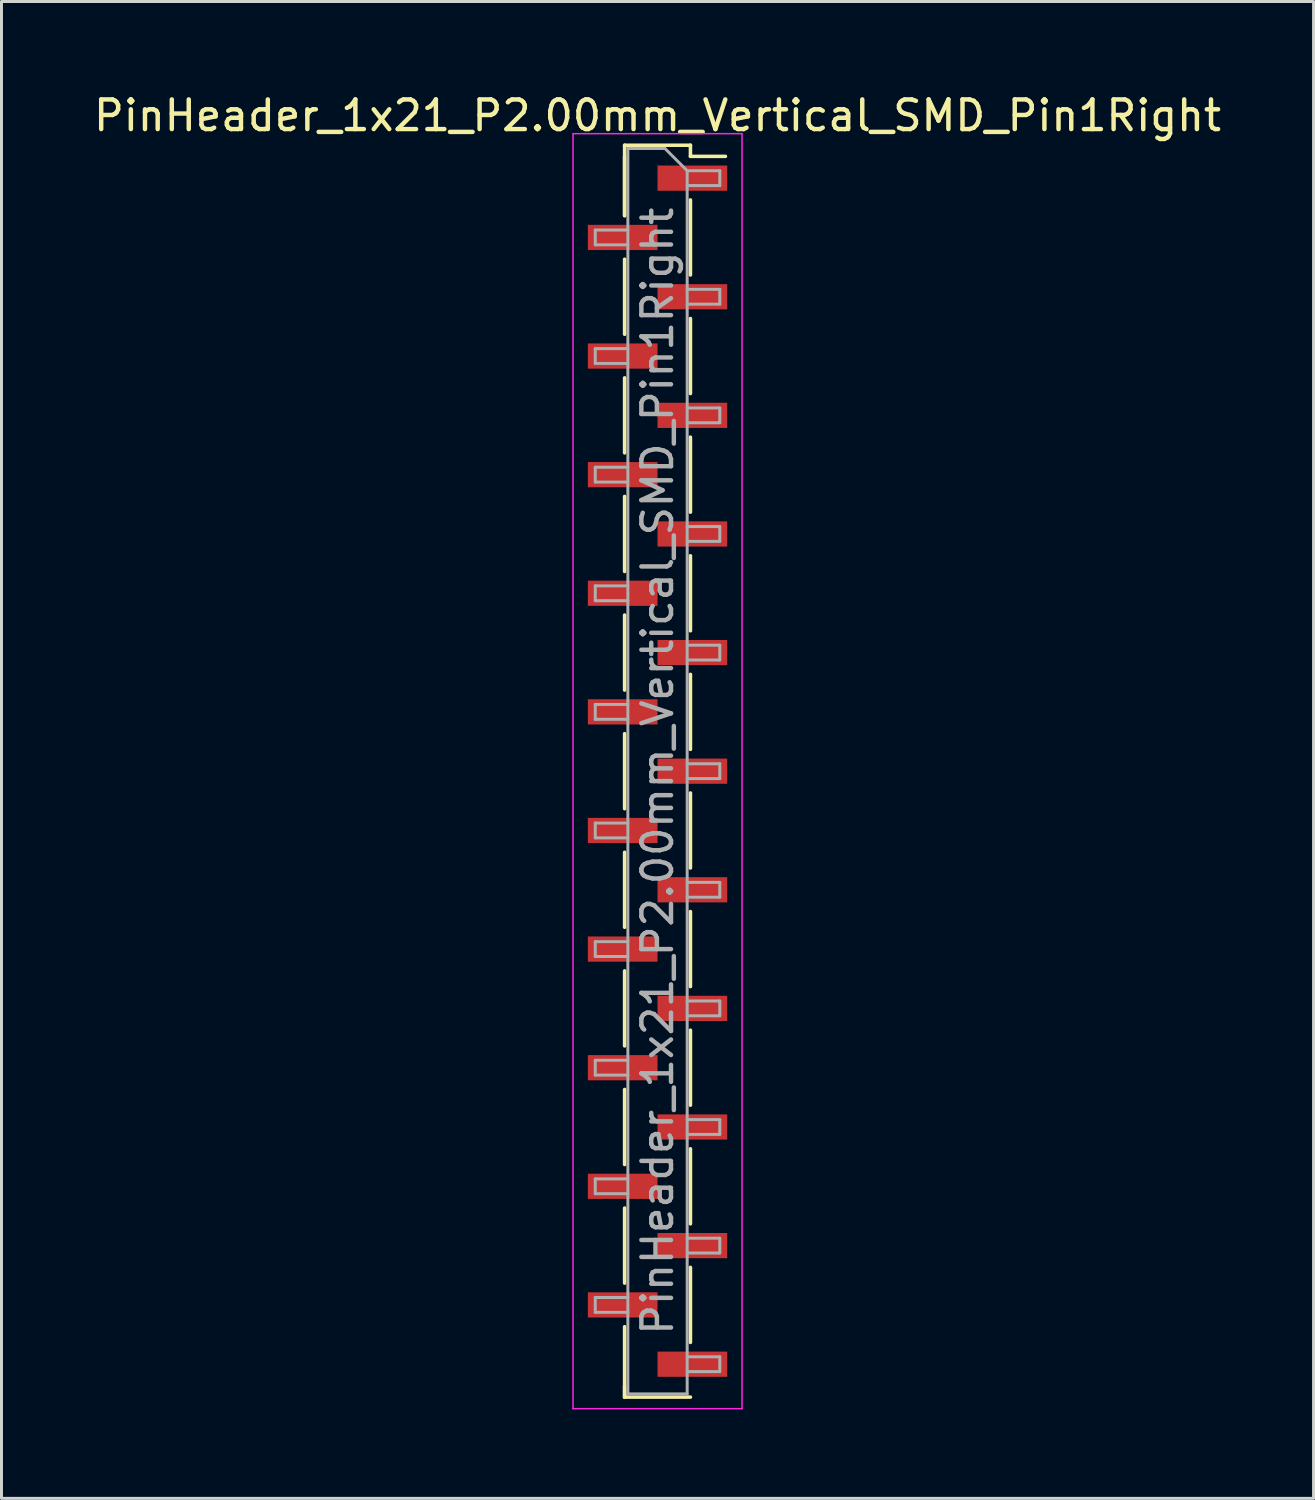
<source format=kicad_pcb>
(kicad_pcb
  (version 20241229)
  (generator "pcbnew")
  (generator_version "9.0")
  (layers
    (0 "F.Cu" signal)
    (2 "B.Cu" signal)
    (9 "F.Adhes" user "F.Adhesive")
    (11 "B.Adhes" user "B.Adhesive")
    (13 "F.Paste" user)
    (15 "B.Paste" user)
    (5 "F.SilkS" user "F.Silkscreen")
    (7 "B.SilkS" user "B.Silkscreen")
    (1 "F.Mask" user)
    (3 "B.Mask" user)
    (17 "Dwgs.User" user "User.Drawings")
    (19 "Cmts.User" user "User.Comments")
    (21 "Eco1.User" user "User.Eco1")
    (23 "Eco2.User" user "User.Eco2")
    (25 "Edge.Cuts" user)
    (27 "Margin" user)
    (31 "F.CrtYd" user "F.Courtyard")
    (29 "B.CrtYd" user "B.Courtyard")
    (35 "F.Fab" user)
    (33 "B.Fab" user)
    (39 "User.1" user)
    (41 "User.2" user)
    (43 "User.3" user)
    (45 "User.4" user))
  (footprint "PinHeader_1x21_P2.00mm_Vertical_SMD_Pin1Right"
    (layer "F.Cu")
    (at 19.125 22.958)
    (property "Reference" "PinHeader_1x21_P2.00mm_Vertical_SMD_Pin1Right" (at 0 -22.11 0) (layer "F.SilkS") (effects (font (size 1 1) (thickness 0.15))))
    (attr smd)
    (fp_line (start -1.11 -21.11) (end -1.11 -18.735) (stroke (width 0.12) (type solid)) (layer "F.SilkS"))
    (fp_line (start -1.11 -21.11) (end 1.11 -21.11) (stroke (width 0.12) (type solid)) (layer "F.SilkS"))
    (fp_line (start -1.11 -20.735) (end -1.11 -18.735) (stroke (width 0.12) (type solid)) (layer "F.SilkS"))
    (fp_line (start -1.11 -17.265) (end -1.11 -14.735) (stroke (width 0.12) (type solid)) (layer "F.SilkS"))
    (fp_line (start -1.11 -13.265) (end -1.11 -10.735) (stroke (width 0.12) (type solid)) (layer "F.SilkS"))
    (fp_line (start -1.11 -9.265) (end -1.11 -6.735) (stroke (width 0.12) (type solid)) (layer "F.SilkS"))
    (fp_line (start -1.11 -5.265) (end -1.11 -2.735) (stroke (width 0.12) (type solid)) (layer "F.SilkS"))
    (fp_line (start -1.11 -1.265) (end -1.11 1.265) (stroke (width 0.12) (type solid)) (layer "F.SilkS"))
    (fp_line (start -1.11 2.735) (end -1.11 5.265) (stroke (width 0.12) (type solid)) (layer "F.SilkS"))
    (fp_line (start -1.11 6.735) (end -1.11 9.265) (stroke (width 0.12) (type solid)) (layer "F.SilkS"))
    (fp_line (start -1.11 10.735) (end -1.11 13.265) (stroke (width 0.12) (type solid)) (layer "F.SilkS"))
    (fp_line (start -1.11 14.735) (end -1.11 17.265) (stroke (width 0.12) (type solid)) (layer "F.SilkS"))
    (fp_line (start -1.11 18.735) (end -1.11 21.11) (stroke (width 0.12) (type solid)) (layer "F.SilkS"))
    (fp_line (start -1.11 20.735) (end -1.11 21.11) (stroke (width 0.12) (type solid)) (layer "F.SilkS"))
    (fp_line (start -1.11 21.11) (end 1.11 21.11) (stroke (width 0.12) (type solid)) (layer "F.SilkS"))
    (fp_line (start 1.11 -21.11) (end 1.11 -20.735) (stroke (width 0.12) (type solid)) (layer "F.SilkS"))
    (fp_line (start 1.11 -20.735) (end 2.29 -20.735) (stroke (width 0.12) (type solid)) (layer "F.SilkS"))
    (fp_line (start 1.11 -19.265) (end 1.11 -16.735) (stroke (width 0.12) (type solid)) (layer "F.SilkS"))
    (fp_line (start 1.11 -15.265) (end 1.11 -12.735) (stroke (width 0.12) (type solid)) (layer "F.SilkS"))
    (fp_line (start 1.11 -11.265) (end 1.11 -8.735) (stroke (width 0.12) (type solid)) (layer "F.SilkS"))
    (fp_line (start 1.11 -7.265) (end 1.11 -4.735) (stroke (width 0.12) (type solid)) (layer "F.SilkS"))
    (fp_line (start 1.11 -3.265) (end 1.11 -0.735) (stroke (width 0.12) (type solid)) (layer "F.SilkS"))
    (fp_line (start 1.11 0.735) (end 1.11 3.265) (stroke (width 0.12) (type solid)) (layer "F.SilkS"))
    (fp_line (start 1.11 4.735) (end 1.11 7.265) (stroke (width 0.12) (type solid)) (layer "F.SilkS"))
    (fp_line (start 1.11 8.735) (end 1.11 11.265) (stroke (width 0.12) (type solid)) (layer "F.SilkS"))
    (fp_line (start 1.11 12.735) (end 1.11 15.265) (stroke (width 0.12) (type solid)) (layer "F.SilkS"))
    (fp_line (start 1.11 16.735) (end 1.11 19.265) (stroke (width 0.12) (type solid)) (layer "F.SilkS"))
    (fp_line (start -2.85 -21.5) (end -2.85 21.5) (stroke (width 0.05) (type solid)) (layer "F.CrtYd"))
    (fp_line (start -2.85 21.5) (end 2.85 21.5) (stroke (width 0.05) (type solid)) (layer "F.CrtYd"))
    (fp_line (start 2.85 -21.5) (end -2.85 -21.5) (stroke (width 0.05) (type solid)) (layer "F.CrtYd"))
    (fp_line (start 2.85 21.5) (end 2.85 -21.5) (stroke (width 0.05) (type solid)) (layer "F.CrtYd"))
    (fp_line (start -2.1 -18.25) (end -2.1 -17.75) (stroke (width 0.1) (type solid)) (layer "F.Fab"))
    (fp_line (start -2.1 -17.75) (end -1 -17.75) (stroke (width 0.1) (type solid)) (layer "F.Fab"))
    (fp_line (start -2.1 -14.25) (end -2.1 -13.75) (stroke (width 0.1) (type solid)) (layer "F.Fab"))
    (fp_line (start -2.1 -13.75) (end -1 -13.75) (stroke (width 0.1) (type solid)) (layer "F.Fab"))
    (fp_line (start -2.1 -10.25) (end -2.1 -9.75) (stroke (width 0.1) (type solid)) (layer "F.Fab"))
    (fp_line (start -2.1 -9.75) (end -1 -9.75) (stroke (width 0.1) (type solid)) (layer "F.Fab"))
    (fp_line (start -2.1 -6.25) (end -2.1 -5.75) (stroke (width 0.1) (type solid)) (layer "F.Fab"))
    (fp_line (start -2.1 -5.75) (end -1 -5.75) (stroke (width 0.1) (type solid)) (layer "F.Fab"))
    (fp_line (start -2.1 -2.25) (end -2.1 -1.75) (stroke (width 0.1) (type solid)) (layer "F.Fab"))
    (fp_line (start -2.1 -1.75) (end -1 -1.75) (stroke (width 0.1) (type solid)) (layer "F.Fab"))
    (fp_line (start -2.1 1.75) (end -2.1 2.25) (stroke (width 0.1) (type solid)) (layer "F.Fab"))
    (fp_line (start -2.1 2.25) (end -1 2.25) (stroke (width 0.1) (type solid)) (layer "F.Fab"))
    (fp_line (start -2.1 5.75) (end -2.1 6.25) (stroke (width 0.1) (type solid)) (layer "F.Fab"))
    (fp_line (start -2.1 6.25) (end -1 6.25) (stroke (width 0.1) (type solid)) (layer "F.Fab"))
    (fp_line (start -2.1 9.75) (end -2.1 10.25) (stroke (width 0.1) (type solid)) (layer "F.Fab"))
    (fp_line (start -2.1 10.25) (end -1 10.25) (stroke (width 0.1) (type solid)) (layer "F.Fab"))
    (fp_line (start -2.1 13.75) (end -2.1 14.25) (stroke (width 0.1) (type solid)) (layer "F.Fab"))
    (fp_line (start -2.1 14.25) (end -1 14.25) (stroke (width 0.1) (type solid)) (layer "F.Fab"))
    (fp_line (start -2.1 17.75) (end -2.1 18.25) (stroke (width 0.1) (type solid)) (layer "F.Fab"))
    (fp_line (start -2.1 18.25) (end -1 18.25) (stroke (width 0.1) (type solid)) (layer "F.Fab"))
    (fp_line (start -1 -21) (end -1 21) (stroke (width 0.1) (type solid)) (layer "F.Fab"))
    (fp_line (start -1 -21) (end 0.25 -21) (stroke (width 0.1) (type solid)) (layer "F.Fab"))
    (fp_line (start -1 -18.25) (end -2.1 -18.25) (stroke (width 0.1) (type solid)) (layer "F.Fab"))
    (fp_line (start -1 -14.25) (end -2.1 -14.25) (stroke (width 0.1) (type solid)) (layer "F.Fab"))
    (fp_line (start -1 -10.25) (end -2.1 -10.25) (stroke (width 0.1) (type solid)) (layer "F.Fab"))
    (fp_line (start -1 -6.25) (end -2.1 -6.25) (stroke (width 0.1) (type solid)) (layer "F.Fab"))
    (fp_line (start -1 -2.25) (end -2.1 -2.25) (stroke (width 0.1) (type solid)) (layer "F.Fab"))
    (fp_line (start -1 1.75) (end -2.1 1.75) (stroke (width 0.1) (type solid)) (layer "F.Fab"))
    (fp_line (start -1 5.75) (end -2.1 5.75) (stroke (width 0.1) (type solid)) (layer "F.Fab"))
    (fp_line (start -1 9.75) (end -2.1 9.75) (stroke (width 0.1) (type solid)) (layer "F.Fab"))
    (fp_line (start -1 13.75) (end -2.1 13.75) (stroke (width 0.1) (type solid)) (layer "F.Fab"))
    (fp_line (start -1 17.75) (end -2.1 17.75) (stroke (width 0.1) (type solid)) (layer "F.Fab"))
    (fp_line (start 1 -20.25) (end 0.25 -21) (stroke (width 0.1) (type solid)) (layer "F.Fab"))
    (fp_line (start 1 -20.25) (end 2.1 -20.25) (stroke (width 0.1) (type solid)) (layer "F.Fab"))
    (fp_line (start 1 -16.25) (end 2.1 -16.25) (stroke (width 0.1) (type solid)) (layer "F.Fab"))
    (fp_line (start 1 -12.25) (end 2.1 -12.25) (stroke (width 0.1) (type solid)) (layer "F.Fab"))
    (fp_line (start 1 -8.25) (end 2.1 -8.25) (stroke (width 0.1) (type solid)) (layer "F.Fab"))
    (fp_line (start 1 -4.25) (end 2.1 -4.25) (stroke (width 0.1) (type solid)) (layer "F.Fab"))
    (fp_line (start 1 -0.25) (end 2.1 -0.25) (stroke (width 0.1) (type solid)) (layer "F.Fab"))
    (fp_line (start 1 3.75) (end 2.1 3.75) (stroke (width 0.1) (type solid)) (layer "F.Fab"))
    (fp_line (start 1 7.75) (end 2.1 7.75) (stroke (width 0.1) (type solid)) (layer "F.Fab"))
    (fp_line (start 1 11.75) (end 2.1 11.75) (stroke (width 0.1) (type solid)) (layer "F.Fab"))
    (fp_line (start 1 15.75) (end 2.1 15.75) (stroke (width 0.1) (type solid)) (layer "F.Fab"))
    (fp_line (start 1 19.75) (end 2.1 19.75) (stroke (width 0.1) (type solid)) (layer "F.Fab"))
    (fp_line (start 1 21) (end -1 21) (stroke (width 0.1) (type solid)) (layer "F.Fab"))
    (fp_line (start 1 21) (end 1 -20.25) (stroke (width 0.1) (type solid)) (layer "F.Fab"))
    (fp_line (start 2.1 -20.25) (end 2.1 -19.75) (stroke (width 0.1) (type solid)) (layer "F.Fab"))
    (fp_line (start 2.1 -19.75) (end 1 -19.75) (stroke (width 0.1) (type solid)) (layer "F.Fab"))
    (fp_line (start 2.1 -16.25) (end 2.1 -15.75) (stroke (width 0.1) (type solid)) (layer "F.Fab"))
    (fp_line (start 2.1 -15.75) (end 1 -15.75) (stroke (width 0.1) (type solid)) (layer "F.Fab"))
    (fp_line (start 2.1 -12.25) (end 2.1 -11.75) (stroke (width 0.1) (type solid)) (layer "F.Fab"))
    (fp_line (start 2.1 -11.75) (end 1 -11.75) (stroke (width 0.1) (type solid)) (layer "F.Fab"))
    (fp_line (start 2.1 -8.25) (end 2.1 -7.75) (stroke (width 0.1) (type solid)) (layer "F.Fab"))
    (fp_line (start 2.1 -7.75) (end 1 -7.75) (stroke (width 0.1) (type solid)) (layer "F.Fab"))
    (fp_line (start 2.1 -4.25) (end 2.1 -3.75) (stroke (width 0.1) (type solid)) (layer "F.Fab"))
    (fp_line (start 2.1 -3.75) (end 1 -3.75) (stroke (width 0.1) (type solid)) (layer "F.Fab"))
    (fp_line (start 2.1 -0.25) (end 2.1 0.25) (stroke (width 0.1) (type solid)) (layer "F.Fab"))
    (fp_line (start 2.1 0.25) (end 1 0.25) (stroke (width 0.1) (type solid)) (layer "F.Fab"))
    (fp_line (start 2.1 3.75) (end 2.1 4.25) (stroke (width 0.1) (type solid)) (layer "F.Fab"))
    (fp_line (start 2.1 4.25) (end 1 4.25) (stroke (width 0.1) (type solid)) (layer "F.Fab"))
    (fp_line (start 2.1 7.75) (end 2.1 8.25) (stroke (width 0.1) (type solid)) (layer "F.Fab"))
    (fp_line (start 2.1 8.25) (end 1 8.25) (stroke (width 0.1) (type solid)) (layer "F.Fab"))
    (fp_line (start 2.1 11.75) (end 2.1 12.25) (stroke (width 0.1) (type solid)) (layer "F.Fab"))
    (fp_line (start 2.1 12.25) (end 1 12.25) (stroke (width 0.1) (type solid)) (layer "F.Fab"))
    (fp_line (start 2.1 15.75) (end 2.1 16.25) (stroke (width 0.1) (type solid)) (layer "F.Fab"))
    (fp_line (start 2.1 16.25) (end 1 16.25) (stroke (width 0.1) (type solid)) (layer "F.Fab"))
    (fp_line (start 2.1 19.75) (end 2.1 20.25) (stroke (width 0.1) (type solid)) (layer "F.Fab"))
    (fp_line (start 2.1 20.25) (end 1 20.25) (stroke (width 0.1) (type solid)) (layer "F.Fab"))
    (fp_text user "${REFERENCE}" (at 0 0 90) (layer "F.Fab") (effects (font (size 1 1) (thickness 0.15))))
    (pad "1" smd rect (at 1.175 -20) (size 2.35 0.85) (layers "F.Cu" "F.Mask" "F.Paste"))
    (pad "2" smd rect (at -1.175 -18) (size 2.35 0.85) (layers "F.Cu" "F.Mask" "F.Paste"))
    (pad "3" smd rect (at 1.175 -16) (size 2.35 0.85) (layers "F.Cu" "F.Mask" "F.Paste"))
    (pad "4" smd rect (at -1.175 -14) (size 2.35 0.85) (layers "F.Cu" "F.Mask" "F.Paste"))
    (pad "5" smd rect (at 1.175 -12) (size 2.35 0.85) (layers "F.Cu" "F.Mask" "F.Paste"))
    (pad "6" smd rect (at -1.175 -10) (size 2.35 0.85) (layers "F.Cu" "F.Mask" "F.Paste"))
    (pad "7" smd rect (at 1.175 -8) (size 2.35 0.85) (layers "F.Cu" "F.Mask" "F.Paste"))
    (pad "8" smd rect (at -1.175 -6) (size 2.35 0.85) (layers "F.Cu" "F.Mask" "F.Paste"))
    (pad "9" smd rect (at 1.175 -4) (size 2.35 0.85) (layers "F.Cu" "F.Mask" "F.Paste"))
    (pad "10" smd rect (at -1.175 -2) (size 2.35 0.85) (layers "F.Cu" "F.Mask" "F.Paste"))
    (pad "11" smd rect (at 1.175 0) (size 2.35 0.85) (layers "F.Cu" "F.Mask" "F.Paste"))
    (pad "12" smd rect (at -1.175 2) (size 2.35 0.85) (layers "F.Cu" "F.Mask" "F.Paste"))
    (pad "13" smd rect (at 1.175 4) (size 2.35 0.85) (layers "F.Cu" "F.Mask" "F.Paste"))
    (pad "14" smd rect (at -1.175 6) (size 2.35 0.85) (layers "F.Cu" "F.Mask" "F.Paste"))
    (pad "15" smd rect (at 1.175 8) (size 2.35 0.85) (layers "F.Cu" "F.Mask" "F.Paste"))
    (pad "16" smd rect (at -1.175 10) (size 2.35 0.85) (layers "F.Cu" "F.Mask" "F.Paste"))
    (pad "17" smd rect (at 1.175 12) (size 2.35 0.85) (layers "F.Cu" "F.Mask" "F.Paste"))
    (pad "18" smd rect (at -1.175 14) (size 2.35 0.85) (layers "F.Cu" "F.Mask" "F.Paste"))
    (pad "19" smd rect (at 1.175 16) (size 2.35 0.85) (layers "F.Cu" "F.Mask" "F.Paste"))
    (pad "20" smd rect (at -1.175 18) (size 2.35 0.85) (layers "F.Cu" "F.Mask" "F.Paste"))
    (pad "21" smd rect (at 1.175 20) (size 2.35 0.85) (layers "F.Cu" "F.Mask" "F.Paste")))
  (gr_rect
    (start -3 -3)
    (end 41.25 47.483)
    (stroke (width 0.1) (type default))
    (fill no)
    (layer "Edge.Cuts")))
</source>
